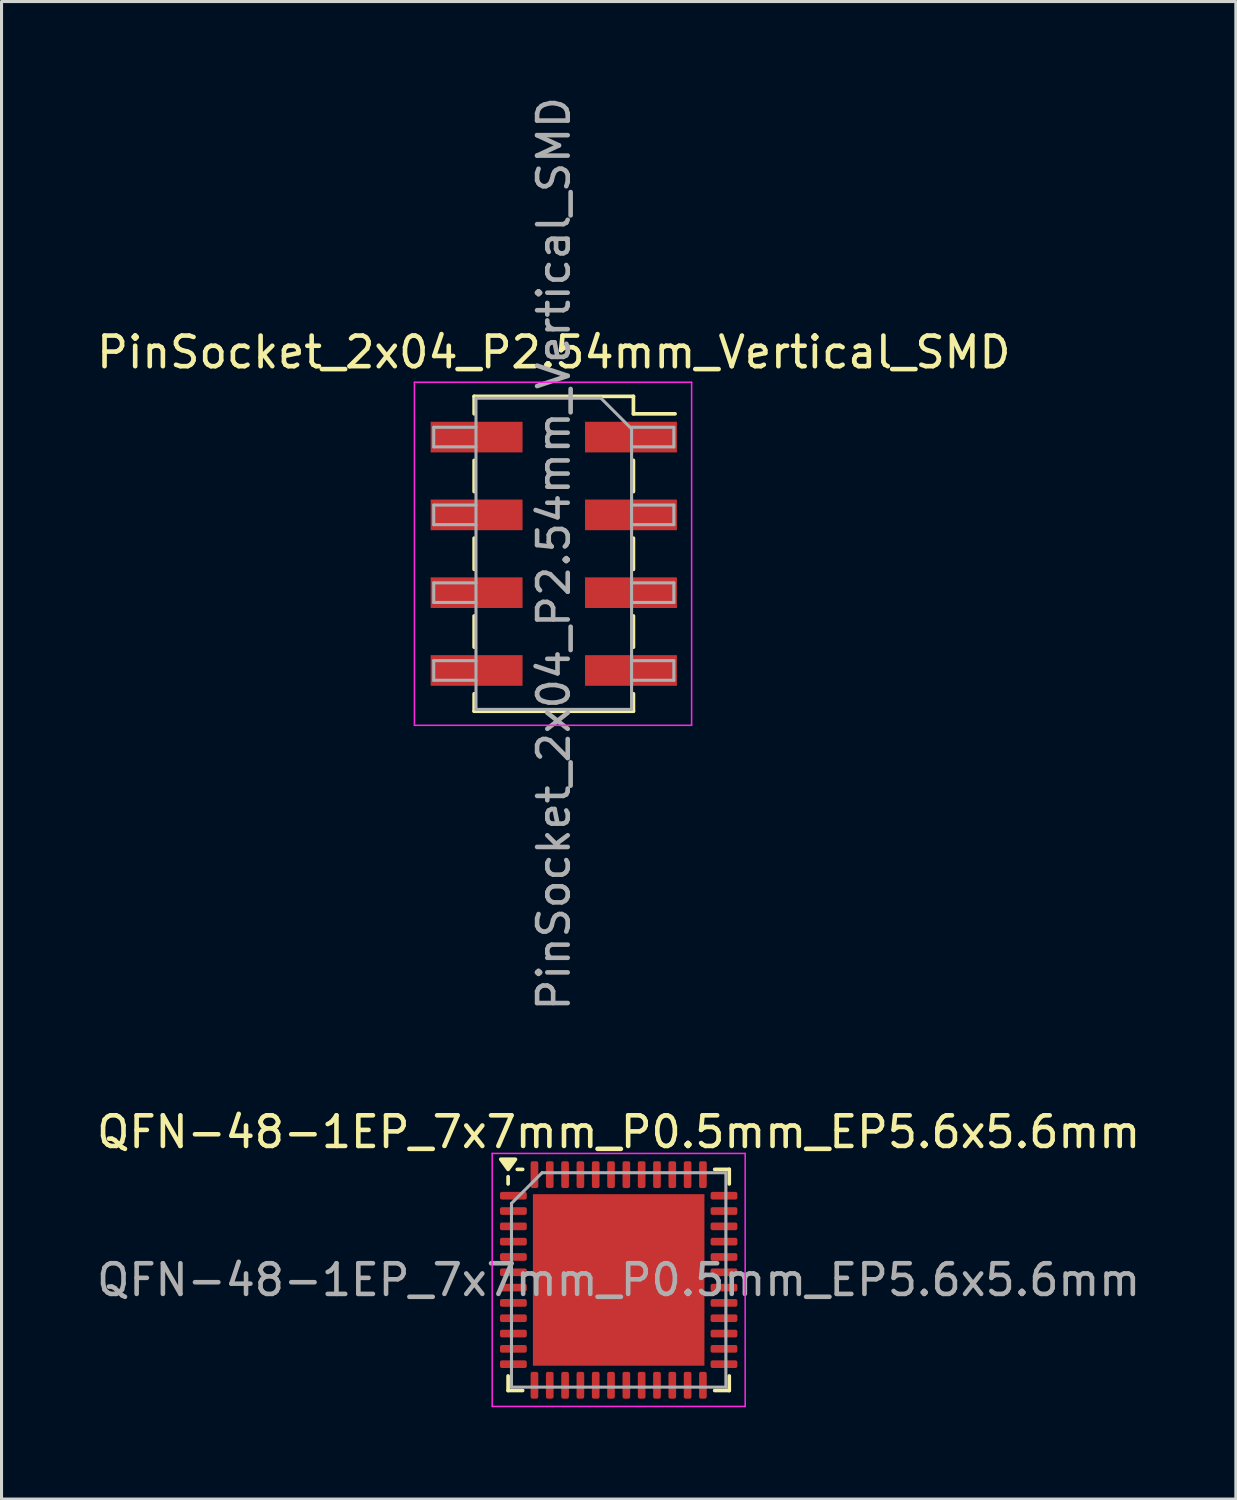
<source format=kicad_pcb>
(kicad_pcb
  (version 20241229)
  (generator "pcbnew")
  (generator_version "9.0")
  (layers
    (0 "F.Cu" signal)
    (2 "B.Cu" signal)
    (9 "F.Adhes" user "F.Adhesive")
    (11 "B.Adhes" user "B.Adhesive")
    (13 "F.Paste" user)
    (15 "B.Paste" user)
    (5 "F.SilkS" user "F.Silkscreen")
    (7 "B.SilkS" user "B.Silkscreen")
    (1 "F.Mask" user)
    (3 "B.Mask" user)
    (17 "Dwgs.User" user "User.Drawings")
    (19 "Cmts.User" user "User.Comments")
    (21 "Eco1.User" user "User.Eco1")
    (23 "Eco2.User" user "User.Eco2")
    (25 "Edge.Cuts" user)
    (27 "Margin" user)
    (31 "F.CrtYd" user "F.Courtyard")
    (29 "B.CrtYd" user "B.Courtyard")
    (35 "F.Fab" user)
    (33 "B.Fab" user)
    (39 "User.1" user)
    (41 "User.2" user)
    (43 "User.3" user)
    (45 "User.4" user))
  (footprint "QFN-48-1EP_7x7mm_P0.5mm_EP5.6x5.6mm"
    (layer "F.Cu")
    (at 17.149 38.738)
    (property "Reference" "QFN-48-1EP_7x7mm_P0.5mm_EP5.6x5.6mm" (at 0 -4.83 0) (layer "F.SilkS") (effects (font (size 1 1) (thickness 0.15))))
    (attr smd)
    (fp_line (start -3.61 -3.135) (end -3.61 -3.37) (stroke (width 0.12) (type solid)) (layer "F.SilkS"))
    (fp_line (start -3.61 3.61) (end -3.61 3.135) (stroke (width 0.12) (type solid)) (layer "F.SilkS"))
    (fp_line (start -3.135 -3.61) (end -3.31 -3.61) (stroke (width 0.12) (type solid)) (layer "F.SilkS"))
    (fp_line (start -3.135 3.61) (end -3.61 3.61) (stroke (width 0.12) (type solid)) (layer "F.SilkS"))
    (fp_line (start 3.135 -3.61) (end 3.61 -3.61) (stroke (width 0.12) (type solid)) (layer "F.SilkS"))
    (fp_line (start 3.135 3.61) (end 3.61 3.61) (stroke (width 0.12) (type solid)) (layer "F.SilkS"))
    (fp_line (start 3.61 -3.61) (end 3.61 -3.135) (stroke (width 0.12) (type solid)) (layer "F.SilkS"))
    (fp_line (start 3.61 3.61) (end 3.61 3.135) (stroke (width 0.12) (type solid)) (layer "F.SilkS"))
    (fp_poly (pts (xy -3.61 -3.61) (xy -3.85 -3.94) (xy -3.37 -3.94) (xy -3.61 -3.61)) (stroke (width 0.12) (type solid)) (fill yes) (layer "F.SilkS"))
    (fp_line (start -4.13 -4.13) (end -4.13 4.13) (stroke (width 0.05) (type solid)) (layer "F.CrtYd"))
    (fp_line (start -4.13 4.13) (end 4.13 4.13) (stroke (width 0.05) (type solid)) (layer "F.CrtYd"))
    (fp_line (start 4.13 -4.13) (end -4.13 -4.13) (stroke (width 0.05) (type solid)) (layer "F.CrtYd"))
    (fp_line (start 4.13 4.13) (end 4.13 -4.13) (stroke (width 0.05) (type solid)) (layer "F.CrtYd"))
    (fp_line (start -3.5 -2.5) (end -2.5 -3.5) (stroke (width 0.1) (type solid)) (layer "F.Fab"))
    (fp_line (start -3.5 3.5) (end -3.5 -2.5) (stroke (width 0.1) (type solid)) (layer "F.Fab"))
    (fp_line (start -2.5 -3.5) (end 3.5 -3.5) (stroke (width 0.1) (type solid)) (layer "F.Fab"))
    (fp_line (start 3.5 -3.5) (end 3.5 3.5) (stroke (width 0.1) (type solid)) (layer "F.Fab"))
    (fp_line (start 3.5 3.5) (end -3.5 3.5) (stroke (width 0.1) (type solid)) (layer "F.Fab"))
    (fp_text user "${REFERENCE}" (at 0 0 0) (layer "F.Fab") (effects (font (size 1 1) (thickness 0.15))))
    (pad "" smd roundrect (at -2.1 -2.1) (size 1.13 1.13) (layers "F.Paste") (roundrect_rratio 0.221))
    (pad "" smd roundrect (at -2.1 -0.7) (size 1.13 1.13) (layers "F.Paste") (roundrect_rratio 0.221))
    (pad "" smd roundrect (at -2.1 0.7) (size 1.13 1.13) (layers "F.Paste") (roundrect_rratio 0.221))
    (pad "" smd roundrect (at -2.1 2.1) (size 1.13 1.13) (layers "F.Paste") (roundrect_rratio 0.221))
    (pad "" smd roundrect (at -0.7 -2.1) (size 1.13 1.13) (layers "F.Paste") (roundrect_rratio 0.221))
    (pad "" smd roundrect (at -0.7 -0.7) (size 1.13 1.13) (layers "F.Paste") (roundrect_rratio 0.221))
    (pad "" smd roundrect (at -0.7 0.7) (size 1.13 1.13) (layers "F.Paste") (roundrect_rratio 0.221))
    (pad "" smd roundrect (at -0.7 2.1) (size 1.13 1.13) (layers "F.Paste") (roundrect_rratio 0.221))
    (pad "" smd roundrect (at 0.7 -2.1) (size 1.13 1.13) (layers "F.Paste") (roundrect_rratio 0.221))
    (pad "" smd roundrect (at 0.7 -0.7) (size 1.13 1.13) (layers "F.Paste") (roundrect_rratio 0.221))
    (pad "" smd roundrect (at 0.7 0.7) (size 1.13 1.13) (layers "F.Paste") (roundrect_rratio 0.221))
    (pad "" smd roundrect (at 0.7 2.1) (size 1.13 1.13) (layers "F.Paste") (roundrect_rratio 0.221))
    (pad "" smd roundrect (at 2.1 -2.1) (size 1.13 1.13) (layers "F.Paste") (roundrect_rratio 0.221))
    (pad "" smd roundrect (at 2.1 -0.7) (size 1.13 1.13) (layers "F.Paste") (roundrect_rratio 0.221))
    (pad "" smd roundrect (at 2.1 0.7) (size 1.13 1.13) (layers "F.Paste") (roundrect_rratio 0.221))
    (pad "" smd roundrect (at 2.1 2.1) (size 1.13 1.13) (layers "F.Paste") (roundrect_rratio 0.221))
    (pad "1" smd roundrect (at -3.438 -2.75) (size 0.875 0.25) (layers "F.Cu" "F.Mask" "F.Paste") (roundrect_rratio 0.25))
    (pad "2" smd roundrect (at -3.438 -2.25) (size 0.875 0.25) (layers "F.Cu" "F.Mask" "F.Paste") (roundrect_rratio 0.25))
    (pad "3" smd roundrect (at -3.438 -1.75) (size 0.875 0.25) (layers "F.Cu" "F.Mask" "F.Paste") (roundrect_rratio 0.25))
    (pad "4" smd roundrect (at -3.438 -1.25) (size 0.875 0.25) (layers "F.Cu" "F.Mask" "F.Paste") (roundrect_rratio 0.25))
    (pad "5" smd roundrect (at -3.438 -0.75) (size 0.875 0.25) (layers "F.Cu" "F.Mask" "F.Paste") (roundrect_rratio 0.25))
    (pad "6" smd roundrect (at -3.438 -0.25) (size 0.875 0.25) (layers "F.Cu" "F.Mask" "F.Paste") (roundrect_rratio 0.25))
    (pad "7" smd roundrect (at -3.438 0.25) (size 0.875 0.25) (layers "F.Cu" "F.Mask" "F.Paste") (roundrect_rratio 0.25))
    (pad "8" smd roundrect (at -3.438 0.75) (size 0.875 0.25) (layers "F.Cu" "F.Mask" "F.Paste") (roundrect_rratio 0.25))
    (pad "9" smd roundrect (at -3.438 1.25) (size 0.875 0.25) (layers "F.Cu" "F.Mask" "F.Paste") (roundrect_rratio 0.25))
    (pad "10" smd roundrect (at -3.438 1.75) (size 0.875 0.25) (layers "F.Cu" "F.Mask" "F.Paste") (roundrect_rratio 0.25))
    (pad "11" smd roundrect (at -3.438 2.25) (size 0.875 0.25) (layers "F.Cu" "F.Mask" "F.Paste") (roundrect_rratio 0.25))
    (pad "12" smd roundrect (at -3.438 2.75) (size 0.875 0.25) (layers "F.Cu" "F.Mask" "F.Paste") (roundrect_rratio 0.25))
    (pad "13" smd roundrect (at -2.75 3.438) (size 0.25 0.875) (layers "F.Cu" "F.Mask" "F.Paste") (roundrect_rratio 0.25))
    (pad "14" smd roundrect (at -2.25 3.438) (size 0.25 0.875) (layers "F.Cu" "F.Mask" "F.Paste") (roundrect_rratio 0.25))
    (pad "15" smd roundrect (at -1.75 3.438) (size 0.25 0.875) (layers "F.Cu" "F.Mask" "F.Paste") (roundrect_rratio 0.25))
    (pad "16" smd roundrect (at -1.25 3.438) (size 0.25 0.875) (layers "F.Cu" "F.Mask" "F.Paste") (roundrect_rratio 0.25))
    (pad "17" smd roundrect (at -0.75 3.438) (size 0.25 0.875) (layers "F.Cu" "F.Mask" "F.Paste") (roundrect_rratio 0.25))
    (pad "18" smd roundrect (at -0.25 3.438) (size 0.25 0.875) (layers "F.Cu" "F.Mask" "F.Paste") (roundrect_rratio 0.25))
    (pad "19" smd roundrect (at 0.25 3.438) (size 0.25 0.875) (layers "F.Cu" "F.Mask" "F.Paste") (roundrect_rratio 0.25))
    (pad "20" smd roundrect (at 0.75 3.438) (size 0.25 0.875) (layers "F.Cu" "F.Mask" "F.Paste") (roundrect_rratio 0.25))
    (pad "21" smd roundrect (at 1.25 3.438) (size 0.25 0.875) (layers "F.Cu" "F.Mask" "F.Paste") (roundrect_rratio 0.25))
    (pad "22" smd roundrect (at 1.75 3.438) (size 0.25 0.875) (layers "F.Cu" "F.Mask" "F.Paste") (roundrect_rratio 0.25))
    (pad "23" smd roundrect (at 2.25 3.438) (size 0.25 0.875) (layers "F.Cu" "F.Mask" "F.Paste") (roundrect_rratio 0.25))
    (pad "24" smd roundrect (at 2.75 3.438) (size 0.25 0.875) (layers "F.Cu" "F.Mask" "F.Paste") (roundrect_rratio 0.25))
    (pad "25" smd roundrect (at 3.438 2.75) (size 0.875 0.25) (layers "F.Cu" "F.Mask" "F.Paste") (roundrect_rratio 0.25))
    (pad "26" smd roundrect (at 3.438 2.25) (size 0.875 0.25) (layers "F.Cu" "F.Mask" "F.Paste") (roundrect_rratio 0.25))
    (pad "27" smd roundrect (at 3.438 1.75) (size 0.875 0.25) (layers "F.Cu" "F.Mask" "F.Paste") (roundrect_rratio 0.25))
    (pad "28" smd roundrect (at 3.438 1.25) (size 0.875 0.25) (layers "F.Cu" "F.Mask" "F.Paste") (roundrect_rratio 0.25))
    (pad "29" smd roundrect (at 3.438 0.75) (size 0.875 0.25) (layers "F.Cu" "F.Mask" "F.Paste") (roundrect_rratio 0.25))
    (pad "30" smd roundrect (at 3.438 0.25) (size 0.875 0.25) (layers "F.Cu" "F.Mask" "F.Paste") (roundrect_rratio 0.25))
    (pad "31" smd roundrect (at 3.438 -0.25) (size 0.875 0.25) (layers "F.Cu" "F.Mask" "F.Paste") (roundrect_rratio 0.25))
    (pad "32" smd roundrect (at 3.438 -0.75) (size 0.875 0.25) (layers "F.Cu" "F.Mask" "F.Paste") (roundrect_rratio 0.25))
    (pad "33" smd roundrect (at 3.438 -1.25) (size 0.875 0.25) (layers "F.Cu" "F.Mask" "F.Paste") (roundrect_rratio 0.25))
    (pad "34" smd roundrect (at 3.438 -1.75) (size 0.875 0.25) (layers "F.Cu" "F.Mask" "F.Paste") (roundrect_rratio 0.25))
    (pad "35" smd roundrect (at 3.438 -2.25) (size 0.875 0.25) (layers "F.Cu" "F.Mask" "F.Paste") (roundrect_rratio 0.25))
    (pad "36" smd roundrect (at 3.438 -2.75) (size 0.875 0.25) (layers "F.Cu" "F.Mask" "F.Paste") (roundrect_rratio 0.25))
    (pad "37" smd roundrect (at 2.75 -3.438) (size 0.25 0.875) (layers "F.Cu" "F.Mask" "F.Paste") (roundrect_rratio 0.25))
    (pad "38" smd roundrect (at 2.25 -3.438) (size 0.25 0.875) (layers "F.Cu" "F.Mask" "F.Paste") (roundrect_rratio 0.25))
    (pad "39" smd roundrect (at 1.75 -3.438) (size 0.25 0.875) (layers "F.Cu" "F.Mask" "F.Paste") (roundrect_rratio 0.25))
    (pad "40" smd roundrect (at 1.25 -3.438) (size 0.25 0.875) (layers "F.Cu" "F.Mask" "F.Paste") (roundrect_rratio 0.25))
    (pad "41" smd roundrect (at 0.75 -3.438) (size 0.25 0.875) (layers "F.Cu" "F.Mask" "F.Paste") (roundrect_rratio 0.25))
    (pad "42" smd roundrect (at 0.25 -3.438) (size 0.25 0.875) (layers "F.Cu" "F.Mask" "F.Paste") (roundrect_rratio 0.25))
    (pad "43" smd roundrect (at -0.25 -3.438) (size 0.25 0.875) (layers "F.Cu" "F.Mask" "F.Paste") (roundrect_rratio 0.25))
    (pad "44" smd roundrect (at -0.75 -3.438) (size 0.25 0.875) (layers "F.Cu" "F.Mask" "F.Paste") (roundrect_rratio 0.25))
    (pad "45" smd roundrect (at -1.25 -3.438) (size 0.25 0.875) (layers "F.Cu" "F.Mask" "F.Paste") (roundrect_rratio 0.25))
    (pad "46" smd roundrect (at -1.75 -3.438) (size 0.25 0.875) (layers "F.Cu" "F.Mask" "F.Paste") (roundrect_rratio 0.25))
    (pad "47" smd roundrect (at -2.25 -3.438) (size 0.25 0.875) (layers "F.Cu" "F.Mask" "F.Paste") (roundrect_rratio 0.25))
    (pad "48" smd roundrect (at -2.75 -3.438) (size 0.25 0.875) (layers "F.Cu" "F.Mask" "F.Paste") (roundrect_rratio 0.25))
    (pad "49" smd rect (at 0 0) (size 5.6 5.6) (property pad_prop_heatsink) (layers "F.Cu" "F.Mask")))
  (footprint "PinSocket_2x04_P2.54mm_Vertical_SMD"
    (layer "F.Cu")
    (at 15.03 15.03)
    (property "Reference" "PinSocket_2x04_P2.54mm_Vertical_SMD" (at 0 -6.58 0) (layer "F.SilkS") (effects (font (size 1 1) (thickness 0.15))))
    (attr smd)
    (fp_line (start -2.6 -5.14) (end -2.6 -4.57) (stroke (width 0.12) (type solid)) (layer "F.SilkS"))
    (fp_line (start -2.6 -5.14) (end 2.6 -5.14) (stroke (width 0.12) (type solid)) (layer "F.SilkS"))
    (fp_line (start -2.6 -3.05) (end -2.6 -2.03) (stroke (width 0.12) (type solid)) (layer "F.SilkS"))
    (fp_line (start -2.6 -0.51) (end -2.6 0.51) (stroke (width 0.12) (type solid)) (layer "F.SilkS"))
    (fp_line (start -2.6 2.03) (end -2.6 3.05) (stroke (width 0.12) (type solid)) (layer "F.SilkS"))
    (fp_line (start -2.6 4.57) (end -2.6 5.14) (stroke (width 0.12) (type solid)) (layer "F.SilkS"))
    (fp_line (start -2.6 5.14) (end 2.6 5.14) (stroke (width 0.12) (type solid)) (layer "F.SilkS"))
    (fp_line (start 2.6 -5.14) (end 2.6 -4.57) (stroke (width 0.12) (type solid)) (layer "F.SilkS"))
    (fp_line (start 2.6 -4.57) (end 3.96 -4.57) (stroke (width 0.12) (type solid)) (layer "F.SilkS"))
    (fp_line (start 2.6 -3.05) (end 2.6 -2.03) (stroke (width 0.12) (type solid)) (layer "F.SilkS"))
    (fp_line (start 2.6 -0.51) (end 2.6 0.51) (stroke (width 0.12) (type solid)) (layer "F.SilkS"))
    (fp_line (start 2.6 2.03) (end 2.6 3.05) (stroke (width 0.12) (type solid)) (layer "F.SilkS"))
    (fp_line (start 2.6 4.57) (end 2.6 5.14) (stroke (width 0.12) (type solid)) (layer "F.SilkS"))
    (fp_line (start -4.55 -5.6) (end 4.5 -5.6) (stroke (width 0.05) (type solid)) (layer "F.CrtYd"))
    (fp_line (start -4.55 5.6) (end -4.55 -5.6) (stroke (width 0.05) (type solid)) (layer "F.CrtYd"))
    (fp_line (start 4.5 -5.6) (end 4.5 5.6) (stroke (width 0.05) (type solid)) (layer "F.CrtYd"))
    (fp_line (start 4.5 5.6) (end -4.55 5.6) (stroke (width 0.05) (type solid)) (layer "F.CrtYd"))
    (fp_line (start -3.92 -4.13) (end -2.54 -4.13) (stroke (width 0.1) (type solid)) (layer "F.Fab"))
    (fp_line (start -3.92 -3.49) (end -3.92 -4.13) (stroke (width 0.1) (type solid)) (layer "F.Fab"))
    (fp_line (start -3.92 -1.59) (end -2.54 -1.59) (stroke (width 0.1) (type solid)) (layer "F.Fab"))
    (fp_line (start -3.92 -0.95) (end -3.92 -1.59) (stroke (width 0.1) (type solid)) (layer "F.Fab"))
    (fp_line (start -3.92 0.95) (end -2.54 0.95) (stroke (width 0.1) (type solid)) (layer "F.Fab"))
    (fp_line (start -3.92 1.59) (end -3.92 0.95) (stroke (width 0.1) (type solid)) (layer "F.Fab"))
    (fp_line (start -3.92 3.49) (end -2.54 3.49) (stroke (width 0.1) (type solid)) (layer "F.Fab"))
    (fp_line (start -3.92 4.13) (end -3.92 3.49) (stroke (width 0.1) (type solid)) (layer "F.Fab"))
    (fp_line (start -2.54 -5.08) (end 1.54 -5.08) (stroke (width 0.1) (type solid)) (layer "F.Fab"))
    (fp_line (start -2.54 -3.49) (end -3.92 -3.49) (stroke (width 0.1) (type solid)) (layer "F.Fab"))
    (fp_line (start -2.54 -0.95) (end -3.92 -0.95) (stroke (width 0.1) (type solid)) (layer "F.Fab"))
    (fp_line (start -2.54 1.59) (end -3.92 1.59) (stroke (width 0.1) (type solid)) (layer "F.Fab"))
    (fp_line (start -2.54 4.13) (end -3.92 4.13) (stroke (width 0.1) (type solid)) (layer "F.Fab"))
    (fp_line (start -2.54 5.08) (end -2.54 -5.08) (stroke (width 0.1) (type solid)) (layer "F.Fab"))
    (fp_line (start 1.54 -5.08) (end 2.54 -4.08) (stroke (width 0.1) (type solid)) (layer "F.Fab"))
    (fp_line (start 2.54 -4.13) (end 3.92 -4.13) (stroke (width 0.1) (type solid)) (layer "F.Fab"))
    (fp_line (start 2.54 -4.08) (end 2.54 5.08) (stroke (width 0.1) (type solid)) (layer "F.Fab"))
    (fp_line (start 2.54 -1.59) (end 3.92 -1.59) (stroke (width 0.1) (type solid)) (layer "F.Fab"))
    (fp_line (start 2.54 0.95) (end 3.92 0.95) (stroke (width 0.1) (type solid)) (layer "F.Fab"))
    (fp_line (start 2.54 3.49) (end 3.92 3.49) (stroke (width 0.1) (type solid)) (layer "F.Fab"))
    (fp_line (start 2.54 5.08) (end -2.54 5.08) (stroke (width 0.1) (type solid)) (layer "F.Fab"))
    (fp_line (start 3.92 -4.13) (end 3.92 -3.49) (stroke (width 0.1) (type solid)) (layer "F.Fab"))
    (fp_line (start 3.92 -3.49) (end 2.54 -3.49) (stroke (width 0.1) (type solid)) (layer "F.Fab"))
    (fp_line (start 3.92 -1.59) (end 3.92 -0.95) (stroke (width 0.1) (type solid)) (layer "F.Fab"))
    (fp_line (start 3.92 -0.95) (end 2.54 -0.95) (stroke (width 0.1) (type solid)) (layer "F.Fab"))
    (fp_line (start 3.92 0.95) (end 3.92 1.59) (stroke (width 0.1) (type solid)) (layer "F.Fab"))
    (fp_line (start 3.92 1.59) (end 2.54 1.59) (stroke (width 0.1) (type solid)) (layer "F.Fab"))
    (fp_line (start 3.92 3.49) (end 3.92 4.13) (stroke (width 0.1) (type solid)) (layer "F.Fab"))
    (fp_line (start 3.92 4.13) (end 2.54 4.13) (stroke (width 0.1) (type solid)) (layer "F.Fab"))
    (fp_text user "${REFERENCE}" (at 0 0 90) (layer "F.Fab") (effects (font (size 1 1) (thickness 0.15))))
    (pad "a1" smd rect (at -2.52 -3.81) (size 3 1) (layers "F.Cu" "F.Mask" "F.Paste"))
    (pad "a2" smd rect (at -2.52 -1.27) (size 3 1) (layers "F.Cu" "F.Mask" "F.Paste"))
    (pad "a3" smd rect (at -2.52 1.27) (size 3 1) (layers "F.Cu" "F.Mask" "F.Paste"))
    (pad "a4" smd rect (at -2.52 3.81) (size 3 1) (layers "F.Cu" "F.Mask" "F.Paste"))
    (pad "b1" smd rect (at 2.52 -3.81) (size 3 1) (layers "F.Cu" "F.Mask" "F.Paste"))
    (pad "b2" smd rect (at 2.52 -1.27) (size 3 1) (layers "F.Cu" "F.Mask" "F.Paste"))
    (pad "b3" smd rect (at 2.52 1.27) (size 3 1) (layers "F.Cu" "F.Mask" "F.Paste"))
    (pad "b4" smd rect (at 2.52 3.81) (size 3 1) (layers "F.Cu" "F.Mask" "F.Paste")))
  (gr_rect
    (start -3 -3)
    (end 37.298 45.893)
    (stroke (width 0.1) (type default))
    (fill no)
    (layer "Edge.Cuts")))
</source>
